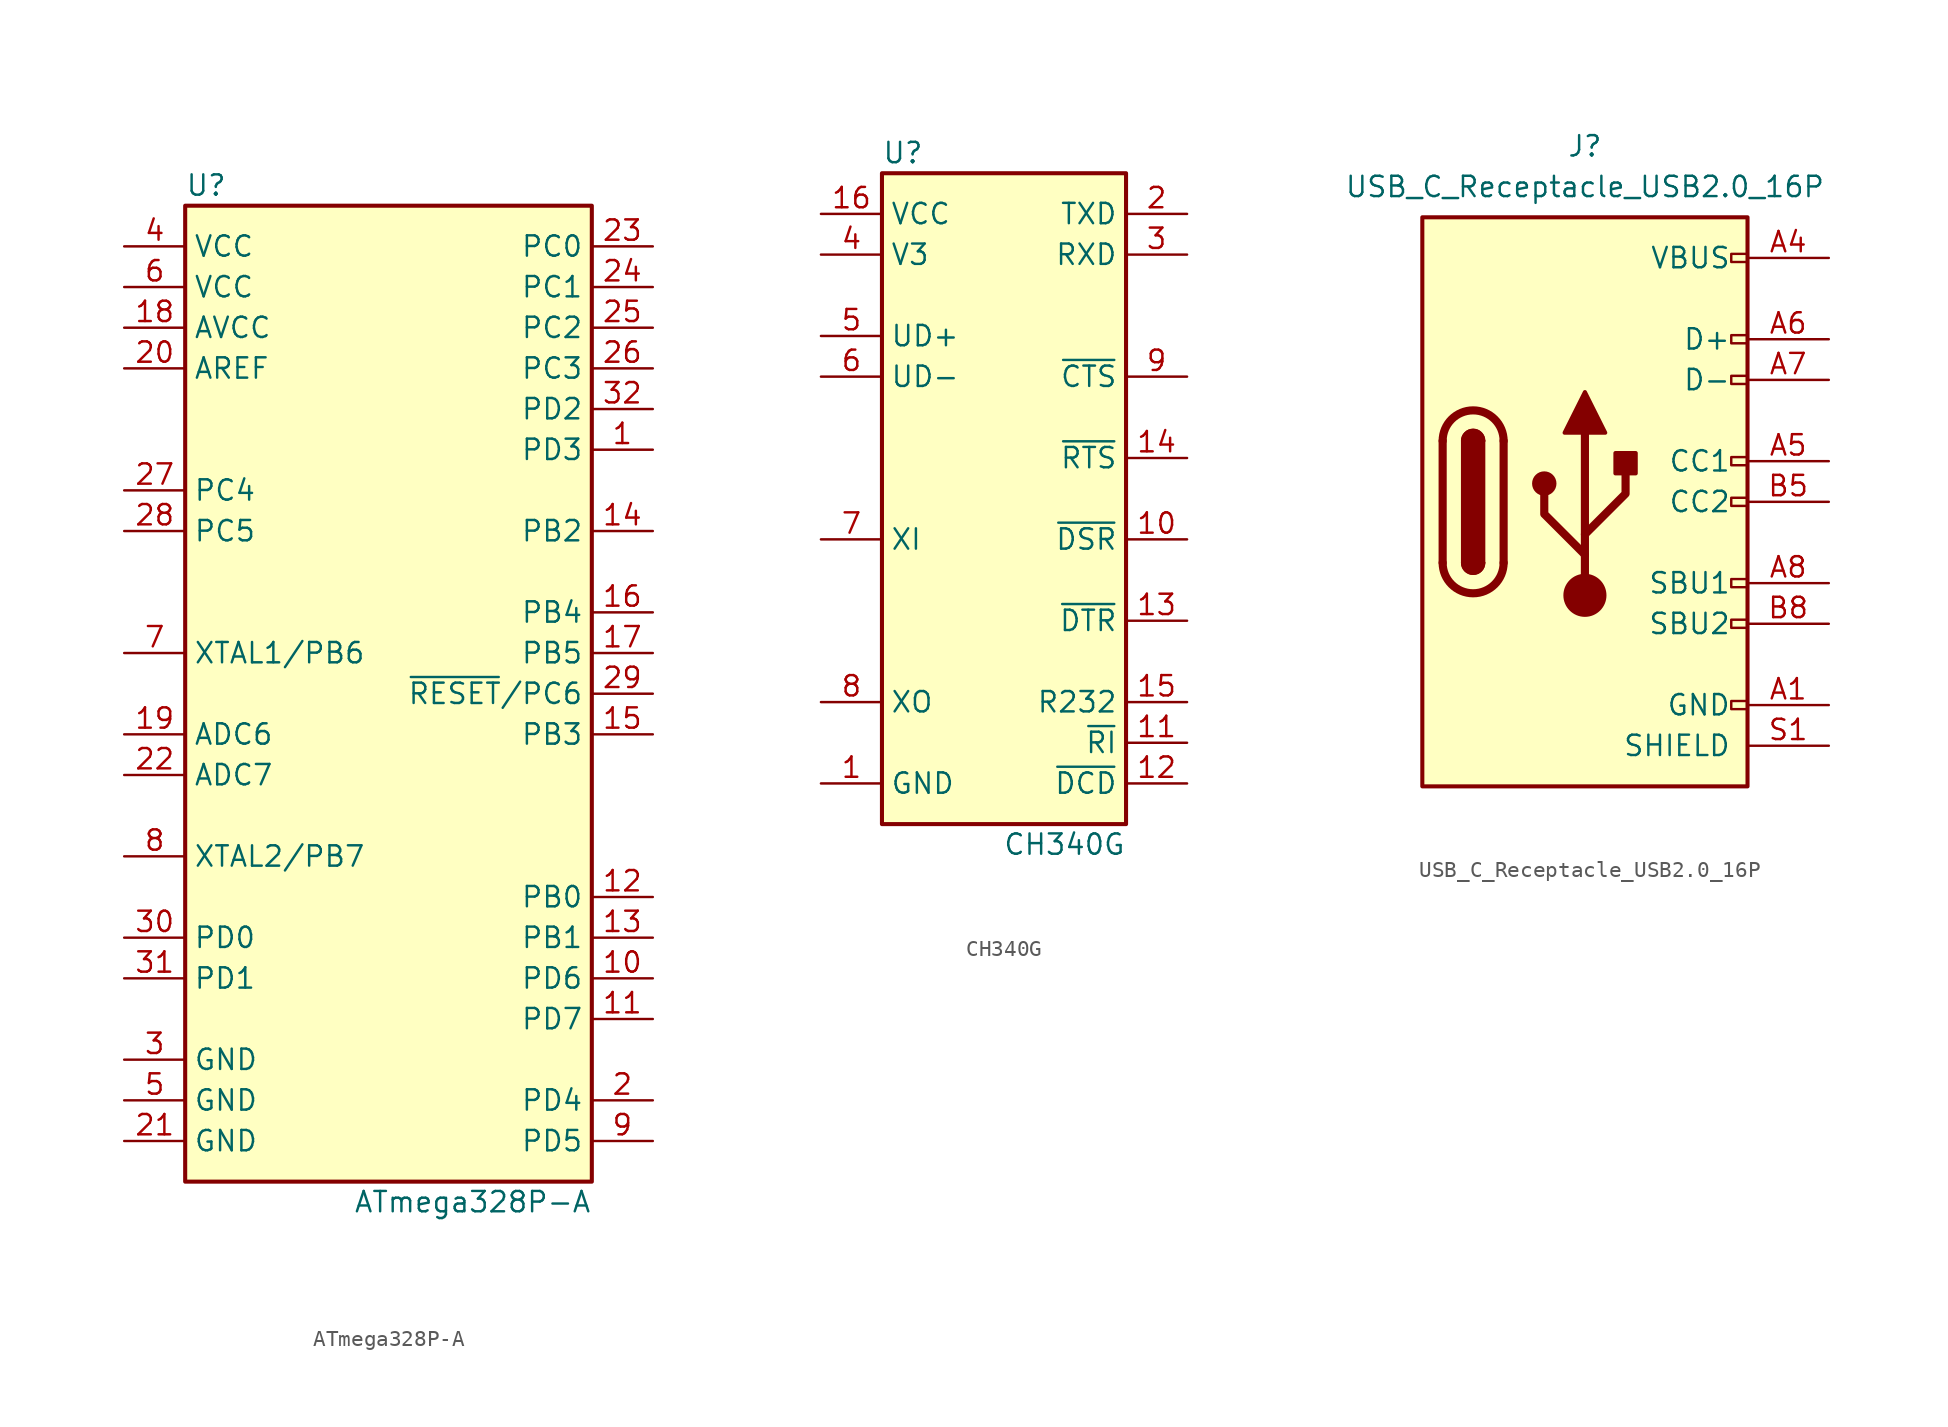
<source format=kicad_sym>
(kicad_symbol_lib
  (version 20231120)
  (generator "kicad_symbol_editor")
  (generator_version "8.0")
  (symbol "ATmega328P-A"
    (property "Reference" "U"
      (at -12.7 36.83 0)
      (effects (font (size 1.27 1.27)) (justify left)))
    (property "Value" "ATmega328P-A"
      (at 12.7 -26.67 0)
      (effects (font (size 1.27 1.27)) (justify right)))
    (symbol "ATmega328P-A_0_1"
      (rectangle (start -12.7 35.56) (end 12.7 -25.4) (stroke (width 0.254) (type default)) (fill (type background))))
    (symbol "ATmega328P-A_1_1"
      (pin bidirectional line (at 16.51 20.32 180) (length 3.81) (name "PD3" (effects (font (size 1.27 1.27)))) (number "1" (effects (font (size 1.27 1.27)))))
      (pin bidirectional line (at 16.51 -12.7 180) (length 3.81) (name "PD6" (effects (font (size 1.27 1.27)))) (number "10" (effects (font (size 1.27 1.27)))))
      (pin bidirectional line (at 16.51 -15.24 180) (length 3.81) (name "PD7" (effects (font (size 1.27 1.27)))) (number "11" (effects (font (size 1.27 1.27)))))
      (pin bidirectional line (at 16.51 -7.62 180) (length 3.81) (name "PB0" (effects (font (size 1.27 1.27)))) (number "12" (effects (font (size 1.27 1.27)))))
      (pin bidirectional line (at 16.51 -10.16 180) (length 3.81) (name "PB1" (effects (font (size 1.27 1.27)))) (number "13" (effects (font (size 1.27 1.27)))))
      (pin bidirectional line (at 16.51 15.24 180) (length 3.81) (name "PB2" (effects (font (size 1.27 1.27)))) (number "14" (effects (font (size 1.27 1.27)))))
      (pin bidirectional line (at 16.51 2.54 180) (length 3.81) (name "PB3" (effects (font (size 1.27 1.27)))) (number "15" (effects (font (size 1.27 1.27)))))
      (pin bidirectional line (at 16.51 10.16 180) (length 3.81) (name "PB4" (effects (font (size 1.27 1.27)))) (number "16" (effects (font (size 1.27 1.27)))))
      (pin bidirectional line (at 16.51 7.62 180) (length 3.81) (name "PB5" (effects (font (size 1.27 1.27)))) (number "17" (effects (font (size 1.27 1.27)))))
      (pin power_in line (at -16.51 27.94 0) (length 3.81) (name "AVCC" (effects (font (size 1.27 1.27)))) (number "18" (effects (font (size 1.27 1.27)))))
      (pin input line (at -16.51 2.54 0) (length 3.81) (name "ADC6" (effects (font (size 1.27 1.27)))) (number "19" (effects (font (size 1.27 1.27)))))
      (pin bidirectional line (at 16.51 -20.32 180) (length 3.81) (name "PD4" (effects (font (size 1.27 1.27)))) (number "2" (effects (font (size 1.27 1.27)))))
      (pin passive line (at -16.51 25.4 0) (length 3.81) (name "AREF" (effects (font (size 1.27 1.27)))) (number "20" (effects (font (size 1.27 1.27)))))
      (pin passive line (at -16.51 -22.86 0) (length 3.81) (name "GND" (effects (font (size 1.27 1.27)))) (number "21" (effects (font (size 1.27 1.27)))))
      (pin input line (at -16.51 0 0) (length 3.81) (name "ADC7" (effects (font (size 1.27 1.27)))) (number "22" (effects (font (size 1.27 1.27)))))
      (pin bidirectional line (at 16.51 33.02 180) (length 3.81) (name "PC0" (effects (font (size 1.27 1.27)))) (number "23" (effects (font (size 1.27 1.27)))))
      (pin bidirectional line (at 16.51 30.48 180) (length 3.81) (name "PC1" (effects (font (size 1.27 1.27)))) (number "24" (effects (font (size 1.27 1.27)))))
      (pin bidirectional line (at 16.51 27.94 180) (length 3.81) (name "PC2" (effects (font (size 1.27 1.27)))) (number "25" (effects (font (size 1.27 1.27)))))
      (pin bidirectional line (at 16.51 25.4 180) (length 3.81) (name "PC3" (effects (font (size 1.27 1.27)))) (number "26" (effects (font (size 1.27 1.27)))))
      (pin bidirectional line (at -16.51 17.78 0) (length 3.81) (name "PC4" (effects (font (size 1.27 1.27)))) (number "27" (effects (font (size 1.27 1.27)))))
      (pin bidirectional line (at -16.51 15.24 0) (length 3.81) (name "PC5" (effects (font (size 1.27 1.27)))) (number "28" (effects (font (size 1.27 1.27)))))
      (pin bidirectional line (at 16.51 5.08 180) (length 3.81) (name "~{RESET}/PC6" (effects (font (size 1.27 1.27)))) (number "29" (effects (font (size 1.27 1.27)))))
      (pin power_in line (at -16.51 -17.78 0) (length 3.81) (name "GND" (effects (font (size 1.27 1.27)))) (number "3" (effects (font (size 1.27 1.27)))))
      (pin bidirectional line (at -16.51 -10.16 0) (length 3.81) (name "PD0" (effects (font (size 1.27 1.27)))) (number "30" (effects (font (size 1.27 1.27)))))
      (pin bidirectional line (at -16.51 -12.7 0) (length 3.81) (name "PD1" (effects (font (size 1.27 1.27)))) (number "31" (effects (font (size 1.27 1.27)))))
      (pin bidirectional line (at 16.51 22.86 180) (length 3.81) (name "PD2" (effects (font (size 1.27 1.27)))) (number "32" (effects (font (size 1.27 1.27)))))
      (pin power_in line (at -16.51 33.02 0) (length 3.81) (name "VCC" (effects (font (size 1.27 1.27)))) (number "4" (effects (font (size 1.27 1.27)))))
      (pin passive line (at -16.51 -20.32 0) (length 3.81) (name "GND" (effects (font (size 1.27 1.27)))) (number "5" (effects (font (size 1.27 1.27)))))
      (pin passive line (at -16.51 30.48 0) (length 3.81) (name "VCC" (effects (font (size 1.27 1.27)))) (number "6" (effects (font (size 1.27 1.27)))))
      (pin bidirectional line (at -16.51 7.62 0) (length 3.81) (name "XTAL1/PB6" (effects (font (size 1.27 1.27)))) (number "7" (effects (font (size 1.27 1.27)))))
      (pin bidirectional line (at -16.51 -5.08 0) (length 3.81) (name "XTAL2/PB7" (effects (font (size 1.27 1.27)))) (number "8" (effects (font (size 1.27 1.27)))))
      (pin bidirectional line (at 16.51 -22.86 180) (length 3.81) (name "PD5" (effects (font (size 1.27 1.27)))) (number "9" (effects (font (size 1.27 1.27)))))))
  (symbol "CH340G"
    (property "Reference" "U"
      (at -7.62 16.51 0)
      (effects (font (size 1.27 1.27)) (justify left)))
    (property "Value" "CH340G"
      (at 7.62 -26.67 0)
      (effects (font (size 1.27 1.27)) (justify right)))
    (symbol "CH340G_0_1"
      (rectangle (start -7.62 15.24) (end 7.62 -25.4) (stroke (width 0.254) (type default)) (fill (type background))))
    (symbol "CH340G_1_1"
      (pin power_in line (at -11.43 -22.86 0) (length 3.81) (name "GND" (effects (font (size 1.27 1.27)))) (number "1" (effects (font (size 1.27 1.27)))))
      (pin input line (at 11.43 -7.62 180) (length 3.81) (name "~{DSR}" (effects (font (size 1.27 1.27)))) (number "10" (effects (font (size 1.27 1.27)))))
      (pin input line (at 11.43 -20.32 180) (length 3.81) (name "~{RI}" (effects (font (size 1.27 1.27)))) (number "11" (effects (font (size 1.27 1.27)))))
      (pin input line (at 11.43 -22.86 180) (length 3.81) (name "~{DCD}" (effects (font (size 1.27 1.27)))) (number "12" (effects (font (size 1.27 1.27)))))
      (pin output line (at 11.43 -12.7 180) (length 3.81) (name "~{DTR}" (effects (font (size 1.27 1.27)))) (number "13" (effects (font (size 1.27 1.27)))))
      (pin output line (at 11.43 -2.54 180) (length 3.81) (name "~{RTS}" (effects (font (size 1.27 1.27)))) (number "14" (effects (font (size 1.27 1.27)))))
      (pin input line (at 11.43 -17.78 180) (length 3.81) (name "R232" (effects (font (size 1.27 1.27)))) (number "15" (effects (font (size 1.27 1.27)))))
      (pin power_in line (at -11.43 12.7 0) (length 3.81) (name "VCC" (effects (font (size 1.27 1.27)))) (number "16" (effects (font (size 1.27 1.27)))))
      (pin output line (at 11.43 12.7 180) (length 3.81) (name "TXD" (effects (font (size 1.27 1.27)))) (number "2" (effects (font (size 1.27 1.27)))))
      (pin input line (at 11.43 10.16 180) (length 3.81) (name "RXD" (effects (font (size 1.27 1.27)))) (number "3" (effects (font (size 1.27 1.27)))))
      (pin power_out line (at -11.43 10.16 0) (length 3.81) (name "V3" (effects (font (size 1.27 1.27)))) (number "4" (effects (font (size 1.27 1.27)))))
      (pin bidirectional line (at -11.43 5.08 0) (length 3.81) (name "UD+" (effects (font (size 1.27 1.27)))) (number "5" (effects (font (size 1.27 1.27)))))
      (pin bidirectional line (at -11.43 2.54 0) (length 3.81) (name "UD-" (effects (font (size 1.27 1.27)))) (number "6" (effects (font (size 1.27 1.27)))))
      (pin input line (at -11.43 -7.62 0) (length 3.81) (name "XI" (effects (font (size 1.27 1.27)))) (number "7" (effects (font (size 1.27 1.27)))))
      (pin output line (at -11.43 -17.78 0) (length 3.81) (name "XO" (effects (font (size 1.27 1.27)))) (number "8" (effects (font (size 1.27 1.27)))))
      (pin input line (at 11.43 2.54 180) (length 3.81) (name "~{CTS}" (effects (font (size 1.27 1.27)))) (number "9" (effects (font (size 1.27 1.27)))))))
  (symbol "USB_C_Receptacle_USB2.0_16P"
    (pin_names
      (offset 1.016))
    (property "Reference" "J"
      (at 0 22.225 0)
      (effects (font (size 1.27 1.27))))
    (property "Value" "USB_C_Receptacle_USB2.0_16P"
      (at 0 19.685 0)
      (effects (font (size 1.27 1.27))))
    (symbol "USB_C_Receptacle_USB2.0_16P_0_0"
      (rectangle (start 10.16 -12.954) (end 9.144 -12.446) (stroke (width 0) (type default)) (fill (type none)))
      (rectangle (start 10.16 -7.366) (end 9.144 -7.874) (stroke (width 0) (type default)) (fill (type none)))
      (rectangle (start 10.16 -4.826) (end 9.144 -5.334) (stroke (width 0) (type default)) (fill (type none)))
      (rectangle (start 10.16 0.254) (end 9.144 -0.254) (stroke (width 0) (type default)) (fill (type none)))
      (rectangle (start 10.16 2.794) (end 9.144 2.286) (stroke (width 0) (type default)) (fill (type none)))
      (rectangle (start 10.16 7.874) (end 9.144 7.366) (stroke (width 0) (type default)) (fill (type none)))
      (rectangle (start 10.16 10.414) (end 9.144 9.906) (stroke (width 0) (type default)) (fill (type none)))
      (rectangle (start 10.16 15.494) (end 9.144 14.986) (stroke (width 0) (type default)) (fill (type none))))
    (symbol "USB_C_Receptacle_USB2.0_16P_0_1"
      (rectangle (start -10.16 17.78) (end 10.16 -17.78) (stroke (width 0.254) (type default)) (fill (type background)))
      (arc (start -8.89 -3.81) (mid -6.985 -5.7067) (end -5.08 -3.81) (stroke (width 0.508) (type default)) (fill (type none)))
      (arc (start -7.62 -3.81) (mid -6.985 -4.4423) (end -6.35 -3.81) (stroke (width 0.254) (type default)) (fill (type none)))
      (arc (start -7.62 -3.81) (mid -6.985 -4.4423) (end -6.35 -3.81) (stroke (width 0.254) (type default)) (fill (type outline)))
      (rectangle (start -7.62 -3.81) (end -6.35 3.81) (stroke (width 0.254) (type default)) (fill (type outline)))
      (arc (start -6.35 3.81) (mid -6.985 4.4423) (end -7.62 3.81) (stroke (width 0.254) (type default)) (fill (type none)))
      (arc (start -6.35 3.81) (mid -6.985 4.4423) (end -7.62 3.81) (stroke (width 0.254) (type default)) (fill (type outline)))
      (arc (start -5.08 3.81) (mid -6.985 5.7067) (end -8.89 3.81) (stroke (width 0.508) (type default)) (fill (type none)))
      (circle (center -2.54 1.143) (radius 0.635) (stroke (width 0.254) (type default)) (fill (type outline)))
      (circle (center 0 -5.842) (radius 1.27) (stroke (width 0) (type default)) (fill (type outline)))
      (polyline (pts (xy -8.89 -3.81) (xy -8.89 3.81)) (stroke (width 0.508) (type default)) (fill (type none)))
      (polyline (pts (xy -5.08 3.81) (xy -5.08 -3.81)) (stroke (width 0.508) (type default)) (fill (type none)))
      (polyline (pts (xy 0 -5.842) (xy 0 4.318)) (stroke (width 0.508) (type default)) (fill (type none)))
      (polyline (pts (xy 0 -3.302) (xy -2.54 -0.762) (xy -2.54 0.508)) (stroke (width 0.508) (type default)) (fill (type none)))
      (polyline (pts (xy 0 -2.032) (xy 2.54 0.508) (xy 2.54 1.778)) (stroke (width 0.508) (type default)) (fill (type none)))
      (polyline (pts (xy -1.27 4.318) (xy 0 6.858) (xy 1.27 4.318) (xy -1.27 4.318)) (stroke (width 0.254) (type default)) (fill (type outline)))
      (rectangle (start 1.905 1.778) (end 3.175 3.048) (stroke (width 0.254) (type default)) (fill (type outline))))
    (symbol "USB_C_Receptacle_USB2.0_16P_1_1"
      (pin passive line (at 15.24 -12.7 180) (length 5.08) (name "GND" (effects (font (size 1.27 1.27)))) (number "A1" (effects (font (size 1.27 1.27)))))
      (pin passive line (at 15.24 -12.7 180) (length 5.08) hide (name "GND" (effects (font (size 1.27 1.27)))) (number "A12" (effects (font (size 1.27 1.27)))))
      (pin passive line (at 15.24 15.24 180) (length 5.08) (name "VBUS" (effects (font (size 1.27 1.27)))) (number "A4" (effects (font (size 1.27 1.27)))))
      (pin bidirectional line (at 15.24 2.54 180) (length 5.08) (name "CC1" (effects (font (size 1.27 1.27)))) (number "A5" (effects (font (size 1.27 1.27)))))
      (pin bidirectional line (at 15.24 10.16 180) (length 5.08) (name "D+" (effects (font (size 1.27 1.27)))) (number "A6" (effects (font (size 1.27 1.27)))))
      (pin bidirectional line (at 15.24 7.62 180) (length 5.08) (name "D-" (effects (font (size 1.27 1.27)))) (number "A7" (effects (font (size 1.27 1.27)))))
      (pin bidirectional line (at 15.24 -5.08 180) (length 5.08) (name "SBU1" (effects (font (size 1.27 1.27)))) (number "A8" (effects (font (size 1.27 1.27)))))
      (pin passive line (at 15.24 15.24 180) (length 5.08) hide (name "VBUS" (effects (font (size 1.27 1.27)))) (number "A9" (effects (font (size 1.27 1.27)))))
      (pin passive line (at 15.24 -12.7 180) (length 5.08) hide (name "GND" (effects (font (size 1.27 1.27)))) (number "B1" (effects (font (size 1.27 1.27)))))
      (pin passive line (at 15.24 -12.7 180) (length 5.08) hide (name "GND" (effects (font (size 1.27 1.27)))) (number "B12" (effects (font (size 1.27 1.27)))))
      (pin passive line (at 15.24 15.24 180) (length 5.08) hide (name "VBUS" (effects (font (size 1.27 1.27)))) (number "B4" (effects (font (size 1.27 1.27)))))
      (pin bidirectional line (at 15.24 0 180) (length 5.08) (name "CC2" (effects (font (size 1.27 1.27)))) (number "B5" (effects (font (size 1.27 1.27)))))
      (pin bidirectional line (at 15.24 10.16 180) (length 5.08) hide (name "D+" (effects (font (size 1.27 1.27)))) (number "B6" (effects (font (size 1.27 1.27)))))
      (pin bidirectional line (at 15.24 7.62 180) (length 5.08) hide (name "D-" (effects (font (size 1.27 1.27)))) (number "B7" (effects (font (size 1.27 1.27)))))
      (pin bidirectional line (at 15.24 -7.62 180) (length 5.08) (name "SBU2" (effects (font (size 1.27 1.27)))) (number "B8" (effects (font (size 1.27 1.27)))))
      (pin passive line (at 15.24 15.24 180) (length 5.08) hide (name "VBUS" (effects (font (size 1.27 1.27)))) (number "B9" (effects (font (size 1.27 1.27)))))
      (pin passive line (at 15.24 -15.24 180) (length 5.08) (name "SHIELD" (effects (font (size 1.27 1.27)))) (number "S1" (effects (font (size 1.27 1.27))))))))
</source>
